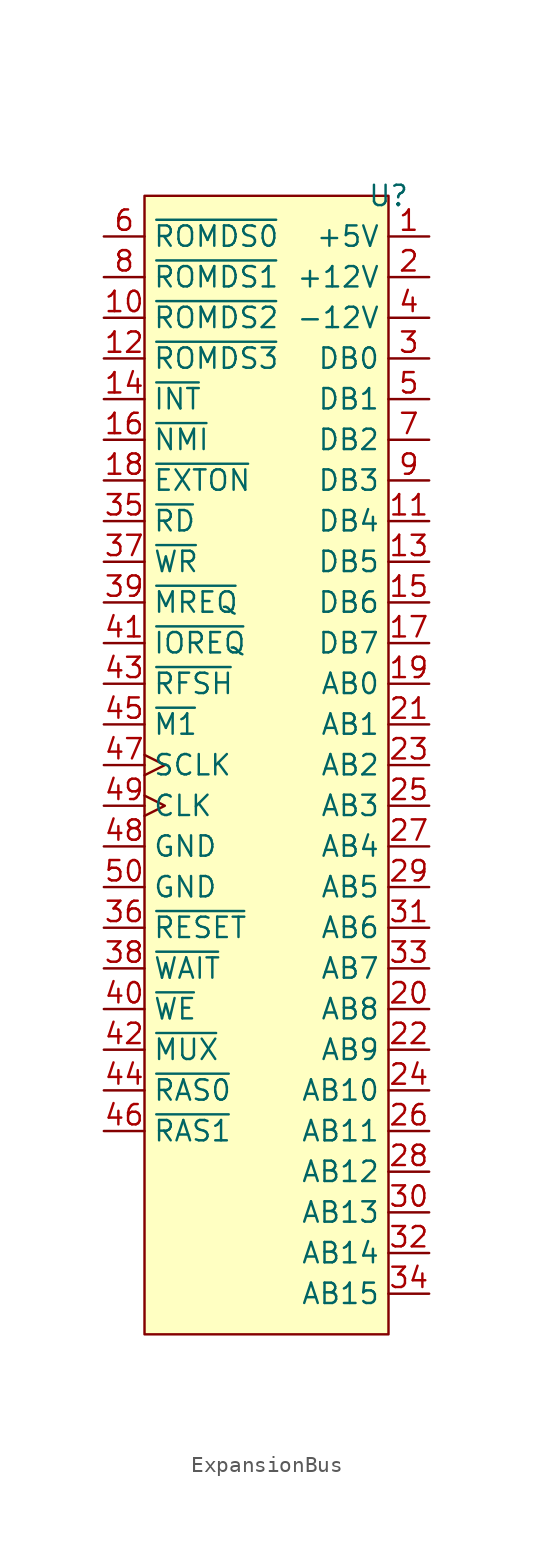
<source format=kicad_sym>
(kicad_symbol_lib
  (version 20220914)
  (generator kicad_symbol_editor)
  (symbol "ExpansionBus"
    (property "Reference" "U"
      (at 0 0 0)
      (effects (font (size 1.27 1.27))))
    (property "Value" ""
      (at 0 0 0)
      (effects (font (size 1.27 1.27))))
    (symbol "ExpansionBus_1_1"
      (rectangle (start -15.24 0) (end 0 -71.12) (stroke (width 0) (type default)) (fill (type background)))
      (pin power_in line (at 2.54 -2.54 180) (length 2.54) (name "+5V" (effects (font (size 1.27 1.27)))) (number "1" (effects (font (size 1.27 1.27)))))
      (pin input line (at -17.78 -7.62 0) (length 2.54) (name "~{ROMDS2}" (effects (font (size 1.27 1.27)))) (number "10" (effects (font (size 1.27 1.27)))))
      (pin bidirectional line (at 2.54 -20.32 180) (length 2.54) (name "DB4" (effects (font (size 1.27 1.27)))) (number "11" (effects (font (size 1.27 1.27)))))
      (pin input line (at -17.78 -10.16 0) (length 2.54) (name "~{ROMDS3}" (effects (font (size 1.27 1.27)))) (number "12" (effects (font (size 1.27 1.27)))))
      (pin bidirectional line (at 2.54 -22.86 180) (length 2.54) (name "DB5" (effects (font (size 1.27 1.27)))) (number "13" (effects (font (size 1.27 1.27)))))
      (pin input line (at -17.78 -12.7 0) (length 2.54) (name "~{INT}" (effects (font (size 1.27 1.27)))) (number "14" (effects (font (size 1.27 1.27)))))
      (pin bidirectional line (at 2.54 -25.4 180) (length 2.54) (name "DB6" (effects (font (size 1.27 1.27)))) (number "15" (effects (font (size 1.27 1.27)))))
      (pin input line (at -17.78 -15.24 0) (length 2.54) (name "~{NMI}" (effects (font (size 1.27 1.27)))) (number "16" (effects (font (size 1.27 1.27)))))
      (pin bidirectional line (at 2.54 -27.94 180) (length 2.54) (name "DB7" (effects (font (size 1.27 1.27)))) (number "17" (effects (font (size 1.27 1.27)))))
      (pin input line (at -17.78 -17.78 0) (length 2.54) (name "~{EXTON}" (effects (font (size 1.27 1.27)))) (number "18" (effects (font (size 1.27 1.27)))))
      (pin bidirectional line (at 2.54 -30.48 180) (length 2.54) (name "AB0" (effects (font (size 1.27 1.27)))) (number "19" (effects (font (size 1.27 1.27)))))
      (pin power_in line (at 2.54 -5.08 180) (length 2.54) (name "+12V" (effects (font (size 1.27 1.27)))) (number "2" (effects (font (size 1.27 1.27)))))
      (pin bidirectional line (at 2.54 -50.8 180) (length 2.54) (name "AB8" (effects (font (size 1.27 1.27)))) (number "20" (effects (font (size 1.27 1.27)))))
      (pin bidirectional line (at 2.54 -33.02 180) (length 2.54) (name "AB1" (effects (font (size 1.27 1.27)))) (number "21" (effects (font (size 1.27 1.27)))))
      (pin bidirectional line (at 2.54 -53.34 180) (length 2.54) (name "AB9" (effects (font (size 1.27 1.27)))) (number "22" (effects (font (size 1.27 1.27)))))
      (pin bidirectional line (at 2.54 -35.56 180) (length 2.54) (name "AB2" (effects (font (size 1.27 1.27)))) (number "23" (effects (font (size 1.27 1.27)))))
      (pin bidirectional line (at 2.54 -55.88 180) (length 2.54) (name "AB10" (effects (font (size 1.27 1.27)))) (number "24" (effects (font (size 1.27 1.27)))))
      (pin bidirectional line (at 2.54 -38.1 180) (length 2.54) (name "AB3" (effects (font (size 1.27 1.27)))) (number "25" (effects (font (size 1.27 1.27)))))
      (pin bidirectional line (at 2.54 -58.42 180) (length 2.54) (name "AB11" (effects (font (size 1.27 1.27)))) (number "26" (effects (font (size 1.27 1.27)))))
      (pin bidirectional line (at 2.54 -40.64 180) (length 2.54) (name "AB4" (effects (font (size 1.27 1.27)))) (number "27" (effects (font (size 1.27 1.27)))))
      (pin bidirectional line (at 2.54 -60.96 180) (length 2.54) (name "AB12" (effects (font (size 1.27 1.27)))) (number "28" (effects (font (size 1.27 1.27)))))
      (pin bidirectional line (at 2.54 -43.18 180) (length 2.54) (name "AB5" (effects (font (size 1.27 1.27)))) (number "29" (effects (font (size 1.27 1.27)))))
      (pin bidirectional line (at 2.54 -10.16 180) (length 2.54) (name "DB0" (effects (font (size 1.27 1.27)))) (number "3" (effects (font (size 1.27 1.27)))))
      (pin bidirectional line (at 2.54 -63.5 180) (length 2.54) (name "AB13" (effects (font (size 1.27 1.27)))) (number "30" (effects (font (size 1.27 1.27)))))
      (pin bidirectional line (at 2.54 -45.72 180) (length 2.54) (name "AB6" (effects (font (size 1.27 1.27)))) (number "31" (effects (font (size 1.27 1.27)))))
      (pin bidirectional line (at 2.54 -66.04 180) (length 2.54) (name "AB14" (effects (font (size 1.27 1.27)))) (number "32" (effects (font (size 1.27 1.27)))))
      (pin bidirectional line (at 2.54 -48.26 180) (length 2.54) (name "AB7" (effects (font (size 1.27 1.27)))) (number "33" (effects (font (size 1.27 1.27)))))
      (pin bidirectional line (at 2.54 -68.58 180) (length 2.54) (name "AB15" (effects (font (size 1.27 1.27)))) (number "34" (effects (font (size 1.27 1.27)))))
      (pin output line (at -17.78 -20.32 0) (length 2.54) (name "~{RD}" (effects (font (size 1.27 1.27)))) (number "35" (effects (font (size 1.27 1.27)))))
      (pin bidirectional line (at -17.78 -45.72 0) (length 2.54) (name "~{RESET}" (effects (font (size 1.27 1.27)))) (number "36" (effects (font (size 1.27 1.27)))))
      (pin output line (at -17.78 -22.86 0) (length 2.54) (name "~{WR}" (effects (font (size 1.27 1.27)))) (number "37" (effects (font (size 1.27 1.27)))))
      (pin input line (at -17.78 -48.26 0) (length 2.54) (name "~{WAIT}" (effects (font (size 1.27 1.27)))) (number "38" (effects (font (size 1.27 1.27)))))
      (pin output line (at -17.78 -25.4 0) (length 2.54) (name "~{MREQ}" (effects (font (size 1.27 1.27)))) (number "39" (effects (font (size 1.27 1.27)))))
      (pin power_in line (at 2.54 -7.62 180) (length 2.54) (name "-12V" (effects (font (size 1.27 1.27)))) (number "4" (effects (font (size 1.27 1.27)))))
      (pin input line (at -17.78 -50.8 0) (length 2.54) (name "~{WE}" (effects (font (size 1.27 1.27)))) (number "40" (effects (font (size 1.27 1.27)))))
      (pin output line (at -17.78 -27.94 0) (length 2.54) (name "~{IOREQ}" (effects (font (size 1.27 1.27)))) (number "41" (effects (font (size 1.27 1.27)))))
      (pin input line (at -17.78 -53.34 0) (length 2.54) (name "~{MUX}" (effects (font (size 1.27 1.27)))) (number "42" (effects (font (size 1.27 1.27)))))
      (pin input line (at -17.78 -30.48 0) (length 2.54) (name "~{RFSH}" (effects (font (size 1.27 1.27)))) (number "43" (effects (font (size 1.27 1.27)))))
      (pin input line (at -17.78 -55.88 0) (length 2.54) (name "~{RAS0}" (effects (font (size 1.27 1.27)))) (number "44" (effects (font (size 1.27 1.27)))))
      (pin input line (at -17.78 -33.02 0) (length 2.54) (name "~{M1}" (effects (font (size 1.27 1.27)))) (number "45" (effects (font (size 1.27 1.27)))))
      (pin input line (at -17.78 -58.42 0) (length 2.54) (name "~{RAS1}" (effects (font (size 1.27 1.27)))) (number "46" (effects (font (size 1.27 1.27)))))
      (pin input clock (at -17.78 -35.56 0) (length 2.54) (name "SCLK" (effects (font (size 1.27 1.27)))) (number "47" (effects (font (size 1.27 1.27)))))
      (pin power_in line (at -17.78 -40.64 0) (length 2.54) (name "GND" (effects (font (size 1.27 1.27)))) (number "48" (effects (font (size 1.27 1.27)))))
      (pin input clock (at -17.78 -38.1 0) (length 2.54) (name "CLK" (effects (font (size 1.27 1.27)))) (number "49" (effects (font (size 1.27 1.27)))))
      (pin bidirectional line (at 2.54 -12.7 180) (length 2.54) (name "DB1" (effects (font (size 1.27 1.27)))) (number "5" (effects (font (size 1.27 1.27)))))
      (pin power_in line (at -17.78 -43.18 0) (length 2.54) (name "GND" (effects (font (size 1.27 1.27)))) (number "50" (effects (font (size 1.27 1.27)))))
      (pin input line (at -17.78 -2.54 0) (length 2.54) (name "~{ROMDS0}" (effects (font (size 1.27 1.27)))) (number "6" (effects (font (size 1.27 1.27)))))
      (pin bidirectional line (at 2.54 -15.24 180) (length 2.54) (name "DB2" (effects (font (size 1.27 1.27)))) (number "7" (effects (font (size 1.27 1.27)))))
      (pin input line (at -17.78 -5.08 0) (length 2.54) (name "~{ROMDS1}" (effects (font (size 1.27 1.27)))) (number "8" (effects (font (size 1.27 1.27)))))
      (pin bidirectional line (at 2.54 -17.78 180) (length 2.54) (name "DB3" (effects (font (size 1.27 1.27)))) (number "9" (effects (font (size 1.27 1.27))))))))
</source>
